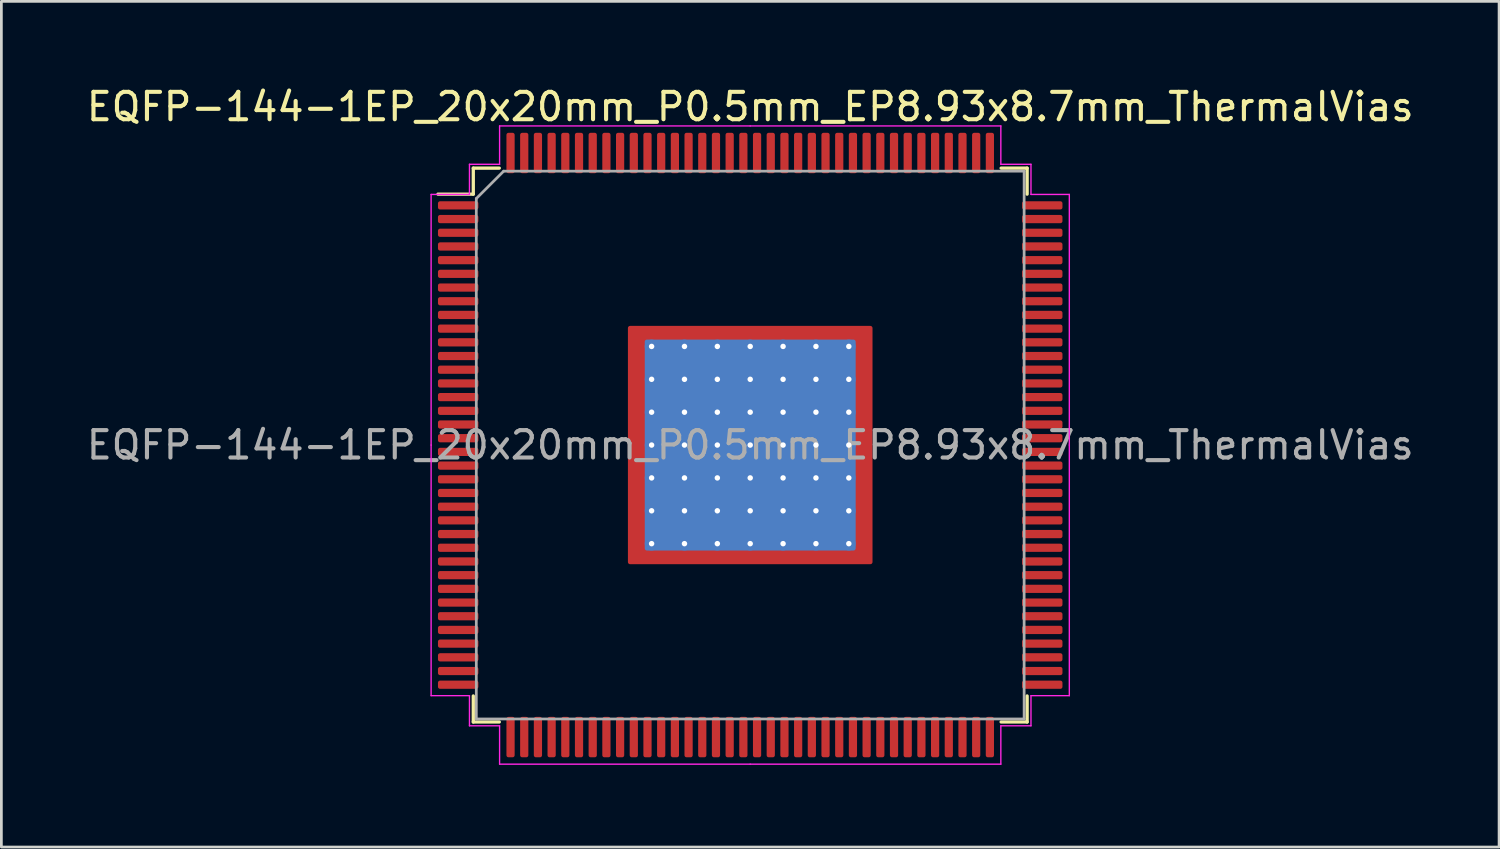
<source format=kicad_pcb>
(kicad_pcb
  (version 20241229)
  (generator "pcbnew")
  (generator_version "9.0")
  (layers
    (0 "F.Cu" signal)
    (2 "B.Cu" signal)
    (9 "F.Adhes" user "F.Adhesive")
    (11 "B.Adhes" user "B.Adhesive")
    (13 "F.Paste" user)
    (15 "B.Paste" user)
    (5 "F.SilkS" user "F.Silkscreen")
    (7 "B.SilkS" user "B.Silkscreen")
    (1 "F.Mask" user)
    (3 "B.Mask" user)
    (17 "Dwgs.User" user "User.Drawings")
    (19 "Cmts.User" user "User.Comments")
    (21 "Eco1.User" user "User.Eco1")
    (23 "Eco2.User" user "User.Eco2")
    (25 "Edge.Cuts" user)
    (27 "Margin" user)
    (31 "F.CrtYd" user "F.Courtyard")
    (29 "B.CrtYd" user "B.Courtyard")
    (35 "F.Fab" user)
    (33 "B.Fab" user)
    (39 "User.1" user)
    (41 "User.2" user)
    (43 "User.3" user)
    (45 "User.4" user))
  (footprint "EQFP-144-1EP_20x20mm_P0.5mm_EP8.93x8.7mm_ThermalVias"
    (layer "F.Cu")
    (at 24.339 13.198)
    (property "Reference" "EQFP-144-1EP_20x20mm_P0.5mm_EP8.93x8.7mm_ThermalVias" (at 0 -12.35 0) (layer "F.SilkS") (effects (font (size 1 1) (thickness 0.15))))
    (attr smd)
    (fp_line (start -10.11 -10.11) (end -10.11 -9.16) (stroke (width 0.12) (type solid)) (layer "F.SilkS"))
    (fp_line (start -10.11 -9.16) (end -11.4 -9.16) (stroke (width 0.12) (type solid)) (layer "F.SilkS"))
    (fp_line (start -10.11 10.11) (end -10.11 9.16) (stroke (width 0.12) (type solid)) (layer "F.SilkS"))
    (fp_line (start -9.16 -10.11) (end -10.11 -10.11) (stroke (width 0.12) (type solid)) (layer "F.SilkS"))
    (fp_line (start -9.16 10.11) (end -10.11 10.11) (stroke (width 0.12) (type solid)) (layer "F.SilkS"))
    (fp_line (start 9.16 -10.11) (end 10.11 -10.11) (stroke (width 0.12) (type solid)) (layer "F.SilkS"))
    (fp_line (start 9.16 10.11) (end 10.11 10.11) (stroke (width 0.12) (type solid)) (layer "F.SilkS"))
    (fp_line (start 10.11 -10.11) (end 10.11 -9.16) (stroke (width 0.12) (type solid)) (layer "F.SilkS"))
    (fp_line (start 10.11 10.11) (end 10.11 9.16) (stroke (width 0.12) (type solid)) (layer "F.SilkS"))
    (fp_line (start -11.65 -9.15) (end -11.65 0) (stroke (width 0.05) (type solid)) (layer "F.CrtYd"))
    (fp_line (start -11.65 9.15) (end -11.65 0) (stroke (width 0.05) (type solid)) (layer "F.CrtYd"))
    (fp_line (start -10.25 -10.25) (end -10.25 -9.15) (stroke (width 0.05) (type solid)) (layer "F.CrtYd"))
    (fp_line (start -10.25 -9.15) (end -11.65 -9.15) (stroke (width 0.05) (type solid)) (layer "F.CrtYd"))
    (fp_line (start -10.25 9.15) (end -11.65 9.15) (stroke (width 0.05) (type solid)) (layer "F.CrtYd"))
    (fp_line (start -10.25 10.25) (end -10.25 9.15) (stroke (width 0.05) (type solid)) (layer "F.CrtYd"))
    (fp_line (start -9.15 -11.65) (end -9.15 -10.25) (stroke (width 0.05) (type solid)) (layer "F.CrtYd"))
    (fp_line (start -9.15 -10.25) (end -10.25 -10.25) (stroke (width 0.05) (type solid)) (layer "F.CrtYd"))
    (fp_line (start -9.15 10.25) (end -10.25 10.25) (stroke (width 0.05) (type solid)) (layer "F.CrtYd"))
    (fp_line (start -9.15 11.65) (end -9.15 10.25) (stroke (width 0.05) (type solid)) (layer "F.CrtYd"))
    (fp_line (start 0 -11.65) (end -9.15 -11.65) (stroke (width 0.05) (type solid)) (layer "F.CrtYd"))
    (fp_line (start 0 -11.65) (end 9.15 -11.65) (stroke (width 0.05) (type solid)) (layer "F.CrtYd"))
    (fp_line (start 0 11.65) (end -9.15 11.65) (stroke (width 0.05) (type solid)) (layer "F.CrtYd"))
    (fp_line (start 0 11.65) (end 9.15 11.65) (stroke (width 0.05) (type solid)) (layer "F.CrtYd"))
    (fp_line (start 9.15 -11.65) (end 9.15 -10.25) (stroke (width 0.05) (type solid)) (layer "F.CrtYd"))
    (fp_line (start 9.15 -10.25) (end 10.25 -10.25) (stroke (width 0.05) (type solid)) (layer "F.CrtYd"))
    (fp_line (start 9.15 10.25) (end 10.25 10.25) (stroke (width 0.05) (type solid)) (layer "F.CrtYd"))
    (fp_line (start 9.15 11.65) (end 9.15 10.25) (stroke (width 0.05) (type solid)) (layer "F.CrtYd"))
    (fp_line (start 10.25 -10.25) (end 10.25 -9.15) (stroke (width 0.05) (type solid)) (layer "F.CrtYd"))
    (fp_line (start 10.25 -9.15) (end 11.65 -9.15) (stroke (width 0.05) (type solid)) (layer "F.CrtYd"))
    (fp_line (start 10.25 9.15) (end 11.65 9.15) (stroke (width 0.05) (type solid)) (layer "F.CrtYd"))
    (fp_line (start 10.25 10.25) (end 10.25 9.15) (stroke (width 0.05) (type solid)) (layer "F.CrtYd"))
    (fp_line (start 11.65 -9.15) (end 11.65 0) (stroke (width 0.05) (type solid)) (layer "F.CrtYd"))
    (fp_line (start 11.65 9.15) (end 11.65 0) (stroke (width 0.05) (type solid)) (layer "F.CrtYd"))
    (fp_line (start -10 -9) (end -9 -10) (stroke (width 0.1) (type solid)) (layer "F.Fab"))
    (fp_line (start -10 10) (end -10 -9) (stroke (width 0.1) (type solid)) (layer "F.Fab"))
    (fp_line (start -9 -10) (end 10 -10) (stroke (width 0.1) (type solid)) (layer "F.Fab"))
    (fp_line (start 10 -10) (end 10 10) (stroke (width 0.1) (type solid)) (layer "F.Fab"))
    (fp_line (start 10 10) (end -10 10) (stroke (width 0.1) (type solid)) (layer "F.Fab"))
    (fp_text user "${REFERENCE}" (at 0 0 0) (layer "F.Fab") (effects (font (size 1 1) (thickness 0.15))))
    (pad "" smd custom (at -4.032 -3.975) (size 0.515 0.515) (layers "F.Paste") (options (anchor circle)) (primitives (gr_poly (pts (xy -0.349 -0.302) (xy 0.349 -0.302) (xy 0.349 0.176) (xy 0.222 0.302) (xy -0.349 0.302)) (width 0) (fill yes))))
    (pad "" smd custom (at -4.032 -3) (size 0.639 0.639) (layers "F.Paste") (options (anchor circle)) (primitives (gr_poly (pts (xy -0.349 -0.484) (xy 0.266 -0.484) (xy 0.349 -0.401) (xy 0.349 0.401) (xy 0.266 0.484) (xy -0.349 0.484)) (width 0) (fill yes))))
    (pad "" smd custom (at -4.032 -1.8) (size 0.639 0.639) (layers "F.Paste") (options (anchor circle)) (primitives (gr_poly (pts (xy -0.349 -0.484) (xy 0.266 -0.484) (xy 0.349 -0.401) (xy 0.349 0.401) (xy 0.266 0.484) (xy -0.349 0.484)) (width 0) (fill yes))))
    (pad "" smd custom (at -4.032 -0.6) (size 0.639 0.639) (layers "F.Paste") (options (anchor circle)) (primitives (gr_poly (pts (xy -0.349 -0.484) (xy 0.266 -0.484) (xy 0.349 -0.401) (xy 0.349 0.401) (xy 0.266 0.484) (xy -0.349 0.484)) (width 0) (fill yes))))
    (pad "" smd custom (at -4.032 0.6) (size 0.639 0.639) (layers "F.Paste") (options (anchor circle)) (primitives (gr_poly (pts (xy -0.349 -0.484) (xy 0.266 -0.484) (xy 0.349 -0.401) (xy 0.349 0.401) (xy 0.266 0.484) (xy -0.349 0.484)) (width 0) (fill yes))))
    (pad "" smd custom (at -4.032 1.8) (size 0.639 0.639) (layers "F.Paste") (options (anchor circle)) (primitives (gr_poly (pts (xy -0.349 -0.484) (xy 0.266 -0.484) (xy 0.349 -0.401) (xy 0.349 0.401) (xy 0.266 0.484) (xy -0.349 0.484)) (width 0) (fill yes))))
    (pad "" smd custom (at -4.032 3) (size 0.639 0.639) (layers "F.Paste") (options (anchor circle)) (primitives (gr_poly (pts (xy -0.349 -0.484) (xy 0.266 -0.484) (xy 0.349 -0.401) (xy 0.349 0.401) (xy 0.266 0.484) (xy -0.349 0.484)) (width 0) (fill yes))))
    (pad "" smd custom (at -4.032 3.975) (size 0.515 0.515) (layers "F.Paste") (options (anchor circle)) (primitives (gr_poly (pts (xy -0.349 -0.302) (xy 0.222 -0.302) (xy 0.349 -0.176) (xy 0.349 0.302) (xy -0.349 0.302)) (width 0) (fill yes))))
    (pad "" smd custom (at -3 -3.975) (size 0.538 0.538) (layers "F.Paste") (options (anchor circle)) (primitives (gr_poly (pts (xy -0.484 -0.302) (xy 0.484 -0.302) (xy 0.484 0.208) (xy 0.39 0.302) (xy -0.39 0.302) (xy -0.484 0.208)) (width 0) (fill yes))))
    (pad "" smd custom (at -3 -3) (size 0.932 0.932) (layers "F.Paste") (options (anchor circle)) (primitives (gr_poly (pts (xy -0.484 -0.433) (xy -0.433 -0.484) (xy 0.433 -0.484) (xy 0.484 -0.433) (xy 0.484 0.433) (xy 0.433 0.484) (xy -0.433 0.484) (xy -0.484 0.433)) (width 0) (fill yes))))
    (pad "" smd custom (at -3 -1.8) (size 0.932 0.932) (layers "F.Paste") (options (anchor circle)) (primitives (gr_poly (pts (xy -0.484 -0.433) (xy -0.433 -0.484) (xy 0.433 -0.484) (xy 0.484 -0.433) (xy 0.484 0.433) (xy 0.433 0.484) (xy -0.433 0.484) (xy -0.484 0.433)) (width 0) (fill yes))))
    (pad "" smd custom (at -3 -0.6) (size 0.932 0.932) (layers "F.Paste") (options (anchor circle)) (primitives (gr_poly (pts (xy -0.484 -0.433) (xy -0.433 -0.484) (xy 0.433 -0.484) (xy 0.484 -0.433) (xy 0.484 0.433) (xy 0.433 0.484) (xy -0.433 0.484) (xy -0.484 0.433)) (width 0) (fill yes))))
    (pad "" smd custom (at -3 0.6) (size 0.932 0.932) (layers "F.Paste") (options (anchor circle)) (primitives (gr_poly (pts (xy -0.484 -0.433) (xy -0.433 -0.484) (xy 0.433 -0.484) (xy 0.484 -0.433) (xy 0.484 0.433) (xy 0.433 0.484) (xy -0.433 0.484) (xy -0.484 0.433)) (width 0) (fill yes))))
    (pad "" smd custom (at -3 1.8) (size 0.932 0.932) (layers "F.Paste") (options (anchor circle)) (primitives (gr_poly (pts (xy -0.484 -0.433) (xy -0.433 -0.484) (xy 0.433 -0.484) (xy 0.484 -0.433) (xy 0.484 0.433) (xy 0.433 0.484) (xy -0.433 0.484) (xy -0.484 0.433)) (width 0) (fill yes))))
    (pad "" smd custom (at -3 3) (size 0.932 0.932) (layers "F.Paste") (options (anchor circle)) (primitives (gr_poly (pts (xy -0.484 -0.433) (xy -0.433 -0.484) (xy 0.433 -0.484) (xy 0.484 -0.433) (xy 0.484 0.433) (xy 0.433 0.484) (xy -0.433 0.484) (xy -0.484 0.433)) (width 0) (fill yes))))
    (pad "" smd custom (at -3 3.975) (size 0.538 0.538) (layers "F.Paste") (options (anchor circle)) (primitives (gr_poly (pts (xy -0.484 -0.208) (xy -0.39 -0.302) (xy 0.39 -0.302) (xy 0.484 -0.208) (xy 0.484 0.302) (xy -0.484 0.302)) (width 0) (fill yes))))
    (pad "" smd custom (at -1.8 -3.975) (size 0.538 0.538) (layers "F.Paste") (options (anchor circle)) (primitives (gr_poly (pts (xy -0.484 -0.302) (xy 0.484 -0.302) (xy 0.484 0.208) (xy 0.39 0.302) (xy -0.39 0.302) (xy -0.484 0.208)) (width 0) (fill yes))))
    (pad "" smd custom (at -1.8 -3) (size 0.932 0.932) (layers "F.Paste") (options (anchor circle)) (primitives (gr_poly (pts (xy -0.484 -0.433) (xy -0.433 -0.484) (xy 0.433 -0.484) (xy 0.484 -0.433) (xy 0.484 0.433) (xy 0.433 0.484) (xy -0.433 0.484) (xy -0.484 0.433)) (width 0) (fill yes))))
    (pad "" smd custom (at -1.8 -1.8) (size 0.932 0.932) (layers "F.Paste") (options (anchor circle)) (primitives (gr_poly (pts (xy -0.484 -0.433) (xy -0.433 -0.484) (xy 0.433 -0.484) (xy 0.484 -0.433) (xy 0.484 0.433) (xy 0.433 0.484) (xy -0.433 0.484) (xy -0.484 0.433)) (width 0) (fill yes))))
    (pad "" smd custom (at -1.8 -0.6) (size 0.932 0.932) (layers "F.Paste") (options (anchor circle)) (primitives (gr_poly (pts (xy -0.484 -0.433) (xy -0.433 -0.484) (xy 0.433 -0.484) (xy 0.484 -0.433) (xy 0.484 0.433) (xy 0.433 0.484) (xy -0.433 0.484) (xy -0.484 0.433)) (width 0) (fill yes))))
    (pad "" smd custom (at -1.8 0.6) (size 0.932 0.932) (layers "F.Paste") (options (anchor circle)) (primitives (gr_poly (pts (xy -0.484 -0.433) (xy -0.433 -0.484) (xy 0.433 -0.484) (xy 0.484 -0.433) (xy 0.484 0.433) (xy 0.433 0.484) (xy -0.433 0.484) (xy -0.484 0.433)) (width 0) (fill yes))))
    (pad "" smd custom (at -1.8 1.8) (size 0.932 0.932) (layers "F.Paste") (options (anchor circle)) (primitives (gr_poly (pts (xy -0.484 -0.433) (xy -0.433 -0.484) (xy 0.433 -0.484) (xy 0.484 -0.433) (xy 0.484 0.433) (xy 0.433 0.484) (xy -0.433 0.484) (xy -0.484 0.433)) (width 0) (fill yes))))
    (pad "" smd custom (at -1.8 3) (size 0.932 0.932) (layers "F.Paste") (options (anchor circle)) (primitives (gr_poly (pts (xy -0.484 -0.433) (xy -0.433 -0.484) (xy 0.433 -0.484) (xy 0.484 -0.433) (xy 0.484 0.433) (xy 0.433 0.484) (xy -0.433 0.484) (xy -0.484 0.433)) (width 0) (fill yes))))
    (pad "" smd custom (at -1.8 3.975) (size 0.538 0.538) (layers "F.Paste") (options (anchor circle)) (primitives (gr_poly (pts (xy -0.484 -0.208) (xy -0.39 -0.302) (xy 0.39 -0.302) (xy 0.484 -0.208) (xy 0.484 0.302) (xy -0.484 0.302)) (width 0) (fill yes))))
    (pad "" smd custom (at -0.6 -3.975) (size 0.538 0.538) (layers "F.Paste") (options (anchor circle)) (primitives (gr_poly (pts (xy -0.484 -0.302) (xy 0.484 -0.302) (xy 0.484 0.208) (xy 0.39 0.302) (xy -0.39 0.302) (xy -0.484 0.208)) (width 0) (fill yes))))
    (pad "" smd custom (at -0.6 -3) (size 0.932 0.932) (layers "F.Paste") (options (anchor circle)) (primitives (gr_poly (pts (xy -0.484 -0.433) (xy -0.433 -0.484) (xy 0.433 -0.484) (xy 0.484 -0.433) (xy 0.484 0.433) (xy 0.433 0.484) (xy -0.433 0.484) (xy -0.484 0.433)) (width 0) (fill yes))))
    (pad "" smd custom (at -0.6 -1.8) (size 0.932 0.932) (layers "F.Paste") (options (anchor circle)) (primitives (gr_poly (pts (xy -0.484 -0.433) (xy -0.433 -0.484) (xy 0.433 -0.484) (xy 0.484 -0.433) (xy 0.484 0.433) (xy 0.433 0.484) (xy -0.433 0.484) (xy -0.484 0.433)) (width 0) (fill yes))))
    (pad "" smd custom (at -0.6 -0.6) (size 0.932 0.932) (layers "F.Paste") (options (anchor circle)) (primitives (gr_poly (pts (xy -0.484 -0.433) (xy -0.433 -0.484) (xy 0.433 -0.484) (xy 0.484 -0.433) (xy 0.484 0.433) (xy 0.433 0.484) (xy -0.433 0.484) (xy -0.484 0.433)) (width 0) (fill yes))))
    (pad "" smd custom (at -0.6 0.6) (size 0.932 0.932) (layers "F.Paste") (options (anchor circle)) (primitives (gr_poly (pts (xy -0.484 -0.433) (xy -0.433 -0.484) (xy 0.433 -0.484) (xy 0.484 -0.433) (xy 0.484 0.433) (xy 0.433 0.484) (xy -0.433 0.484) (xy -0.484 0.433)) (width 0) (fill yes))))
    (pad "" smd custom (at -0.6 1.8) (size 0.932 0.932) (layers "F.Paste") (options (anchor circle)) (primitives (gr_poly (pts (xy -0.484 -0.433) (xy -0.433 -0.484) (xy 0.433 -0.484) (xy 0.484 -0.433) (xy 0.484 0.433) (xy 0.433 0.484) (xy -0.433 0.484) (xy -0.484 0.433)) (width 0) (fill yes))))
    (pad "" smd custom (at -0.6 3) (size 0.932 0.932) (layers "F.Paste") (options (anchor circle)) (primitives (gr_poly (pts (xy -0.484 -0.433) (xy -0.433 -0.484) (xy 0.433 -0.484) (xy 0.484 -0.433) (xy 0.484 0.433) (xy 0.433 0.484) (xy -0.433 0.484) (xy -0.484 0.433)) (width 0) (fill yes))))
    (pad "" smd custom (at -0.6 3.975) (size 0.538 0.538) (layers "F.Paste") (options (anchor circle)) (primitives (gr_poly (pts (xy -0.484 -0.208) (xy -0.39 -0.302) (xy 0.39 -0.302) (xy 0.484 -0.208) (xy 0.484 0.302) (xy -0.484 0.302)) (width 0) (fill yes))))
    (pad "" smd custom (at 0.6 -3.975) (size 0.538 0.538) (layers "F.Paste") (options (anchor circle)) (primitives (gr_poly (pts (xy -0.484 -0.302) (xy 0.484 -0.302) (xy 0.484 0.208) (xy 0.39 0.302) (xy -0.39 0.302) (xy -0.484 0.208)) (width 0) (fill yes))))
    (pad "" smd custom (at 0.6 -3) (size 0.932 0.932) (layers "F.Paste") (options (anchor circle)) (primitives (gr_poly (pts (xy -0.484 -0.433) (xy -0.433 -0.484) (xy 0.433 -0.484) (xy 0.484 -0.433) (xy 0.484 0.433) (xy 0.433 0.484) (xy -0.433 0.484) (xy -0.484 0.433)) (width 0) (fill yes))))
    (pad "" smd custom (at 0.6 -1.8) (size 0.932 0.932) (layers "F.Paste") (options (anchor circle)) (primitives (gr_poly (pts (xy -0.484 -0.433) (xy -0.433 -0.484) (xy 0.433 -0.484) (xy 0.484 -0.433) (xy 0.484 0.433) (xy 0.433 0.484) (xy -0.433 0.484) (xy -0.484 0.433)) (width 0) (fill yes))))
    (pad "" smd custom (at 0.6 -0.6) (size 0.932 0.932) (layers "F.Paste") (options (anchor circle)) (primitives (gr_poly (pts (xy -0.484 -0.433) (xy -0.433 -0.484) (xy 0.433 -0.484) (xy 0.484 -0.433) (xy 0.484 0.433) (xy 0.433 0.484) (xy -0.433 0.484) (xy -0.484 0.433)) (width 0) (fill yes))))
    (pad "" smd custom (at 0.6 0.6) (size 0.932 0.932) (layers "F.Paste") (options (anchor circle)) (primitives (gr_poly (pts (xy -0.484 -0.433) (xy -0.433 -0.484) (xy 0.433 -0.484) (xy 0.484 -0.433) (xy 0.484 0.433) (xy 0.433 0.484) (xy -0.433 0.484) (xy -0.484 0.433)) (width 0) (fill yes))))
    (pad "" smd custom (at 0.6 1.8) (size 0.932 0.932) (layers "F.Paste") (options (anchor circle)) (primitives (gr_poly (pts (xy -0.484 -0.433) (xy -0.433 -0.484) (xy 0.433 -0.484) (xy 0.484 -0.433) (xy 0.484 0.433) (xy 0.433 0.484) (xy -0.433 0.484) (xy -0.484 0.433)) (width 0) (fill yes))))
    (pad "" smd custom (at 0.6 3) (size 0.932 0.932) (layers "F.Paste") (options (anchor circle)) (primitives (gr_poly (pts (xy -0.484 -0.433) (xy -0.433 -0.484) (xy 0.433 -0.484) (xy 0.484 -0.433) (xy 0.484 0.433) (xy 0.433 0.484) (xy -0.433 0.484) (xy -0.484 0.433)) (width 0) (fill yes))))
    (pad "" smd custom (at 0.6 3.975) (size 0.538 0.538) (layers "F.Paste") (options (anchor circle)) (primitives (gr_poly (pts (xy -0.484 -0.208) (xy -0.39 -0.302) (xy 0.39 -0.302) (xy 0.484 -0.208) (xy 0.484 0.302) (xy -0.484 0.302)) (width 0) (fill yes))))
    (pad "" smd custom (at 1.8 -3.975) (size 0.538 0.538) (layers "F.Paste") (options (anchor circle)) (primitives (gr_poly (pts (xy -0.484 -0.302) (xy 0.484 -0.302) (xy 0.484 0.208) (xy 0.39 0.302) (xy -0.39 0.302) (xy -0.484 0.208)) (width 0) (fill yes))))
    (pad "" smd custom (at 1.8 -3) (size 0.932 0.932) (layers "F.Paste") (options (anchor circle)) (primitives (gr_poly (pts (xy -0.484 -0.433) (xy -0.433 -0.484) (xy 0.433 -0.484) (xy 0.484 -0.433) (xy 0.484 0.433) (xy 0.433 0.484) (xy -0.433 0.484) (xy -0.484 0.433)) (width 0) (fill yes))))
    (pad "" smd custom (at 1.8 -1.8) (size 0.932 0.932) (layers "F.Paste") (options (anchor circle)) (primitives (gr_poly (pts (xy -0.484 -0.433) (xy -0.433 -0.484) (xy 0.433 -0.484) (xy 0.484 -0.433) (xy 0.484 0.433) (xy 0.433 0.484) (xy -0.433 0.484) (xy -0.484 0.433)) (width 0) (fill yes))))
    (pad "" smd custom (at 1.8 -0.6) (size 0.932 0.932) (layers "F.Paste") (options (anchor circle)) (primitives (gr_poly (pts (xy -0.484 -0.433) (xy -0.433 -0.484) (xy 0.433 -0.484) (xy 0.484 -0.433) (xy 0.484 0.433) (xy 0.433 0.484) (xy -0.433 0.484) (xy -0.484 0.433)) (width 0) (fill yes))))
    (pad "" smd custom (at 1.8 0.6) (size 0.932 0.932) (layers "F.Paste") (options (anchor circle)) (primitives (gr_poly (pts (xy -0.484 -0.433) (xy -0.433 -0.484) (xy 0.433 -0.484) (xy 0.484 -0.433) (xy 0.484 0.433) (xy 0.433 0.484) (xy -0.433 0.484) (xy -0.484 0.433)) (width 0) (fill yes))))
    (pad "" smd custom (at 1.8 1.8) (size 0.932 0.932) (layers "F.Paste") (options (anchor circle)) (primitives (gr_poly (pts (xy -0.484 -0.433) (xy -0.433 -0.484) (xy 0.433 -0.484) (xy 0.484 -0.433) (xy 0.484 0.433) (xy 0.433 0.484) (xy -0.433 0.484) (xy -0.484 0.433)) (width 0) (fill yes))))
    (pad "" smd custom (at 1.8 3) (size 0.932 0.932) (layers "F.Paste") (options (anchor circle)) (primitives (gr_poly (pts (xy -0.484 -0.433) (xy -0.433 -0.484) (xy 0.433 -0.484) (xy 0.484 -0.433) (xy 0.484 0.433) (xy 0.433 0.484) (xy -0.433 0.484) (xy -0.484 0.433)) (width 0) (fill yes))))
    (pad "" smd custom (at 1.8 3.975) (size 0.538 0.538) (layers "F.Paste") (options (anchor circle)) (primitives (gr_poly (pts (xy -0.484 -0.208) (xy -0.39 -0.302) (xy 0.39 -0.302) (xy 0.484 -0.208) (xy 0.484 0.302) (xy -0.484 0.302)) (width 0) (fill yes))))
    (pad "" smd custom (at 3 -3.975) (size 0.538 0.538) (layers "F.Paste") (options (anchor circle)) (primitives (gr_poly (pts (xy -0.484 -0.302) (xy 0.484 -0.302) (xy 0.484 0.208) (xy 0.39 0.302) (xy -0.39 0.302) (xy -0.484 0.208)) (width 0) (fill yes))))
    (pad "" smd custom (at 3 -3) (size 0.932 0.932) (layers "F.Paste") (options (anchor circle)) (primitives (gr_poly (pts (xy -0.484 -0.433) (xy -0.433 -0.484) (xy 0.433 -0.484) (xy 0.484 -0.433) (xy 0.484 0.433) (xy 0.433 0.484) (xy -0.433 0.484) (xy -0.484 0.433)) (width 0) (fill yes))))
    (pad "" smd custom (at 3 -1.8) (size 0.932 0.932) (layers "F.Paste") (options (anchor circle)) (primitives (gr_poly (pts (xy -0.484 -0.433) (xy -0.433 -0.484) (xy 0.433 -0.484) (xy 0.484 -0.433) (xy 0.484 0.433) (xy 0.433 0.484) (xy -0.433 0.484) (xy -0.484 0.433)) (width 0) (fill yes))))
    (pad "" smd custom (at 3 -0.6) (size 0.932 0.932) (layers "F.Paste") (options (anchor circle)) (primitives (gr_poly (pts (xy -0.484 -0.433) (xy -0.433 -0.484) (xy 0.433 -0.484) (xy 0.484 -0.433) (xy 0.484 0.433) (xy 0.433 0.484) (xy -0.433 0.484) (xy -0.484 0.433)) (width 0) (fill yes))))
    (pad "" smd custom (at 3 0.6) (size 0.932 0.932) (layers "F.Paste") (options (anchor circle)) (primitives (gr_poly (pts (xy -0.484 -0.433) (xy -0.433 -0.484) (xy 0.433 -0.484) (xy 0.484 -0.433) (xy 0.484 0.433) (xy 0.433 0.484) (xy -0.433 0.484) (xy -0.484 0.433)) (width 0) (fill yes))))
    (pad "" smd custom (at 3 1.8) (size 0.932 0.932) (layers "F.Paste") (options (anchor circle)) (primitives (gr_poly (pts (xy -0.484 -0.433) (xy -0.433 -0.484) (xy 0.433 -0.484) (xy 0.484 -0.433) (xy 0.484 0.433) (xy 0.433 0.484) (xy -0.433 0.484) (xy -0.484 0.433)) (width 0) (fill yes))))
    (pad "" smd custom (at 3 3) (size 0.932 0.932) (layers "F.Paste") (options (anchor circle)) (primitives (gr_poly (pts (xy -0.484 -0.433) (xy -0.433 -0.484) (xy 0.433 -0.484) (xy 0.484 -0.433) (xy 0.484 0.433) (xy 0.433 0.484) (xy -0.433 0.484) (xy -0.484 0.433)) (width 0) (fill yes))))
    (pad "" smd custom (at 3 3.975) (size 0.538 0.538) (layers "F.Paste") (options (anchor circle)) (primitives (gr_poly (pts (xy -0.484 -0.208) (xy -0.39 -0.302) (xy 0.39 -0.302) (xy 0.484 -0.208) (xy 0.484 0.302) (xy -0.484 0.302)) (width 0) (fill yes))))
    (pad "" smd custom (at 4.032 -3.975) (size 0.515 0.515) (layers "F.Paste") (options (anchor circle)) (primitives (gr_poly (pts (xy -0.349 -0.302) (xy 0.349 -0.302) (xy 0.349 0.302) (xy -0.222 0.302) (xy -0.349 0.176)) (width 0) (fill yes))))
    (pad "" smd custom (at 4.032 -3) (size 0.639 0.639) (layers "F.Paste") (options (anchor circle)) (primitives (gr_poly (pts (xy -0.349 -0.401) (xy -0.266 -0.484) (xy 0.349 -0.484) (xy 0.349 0.484) (xy -0.266 0.484) (xy -0.349 0.401)) (width 0) (fill yes))))
    (pad "" smd custom (at 4.032 -1.8) (size 0.639 0.639) (layers "F.Paste") (options (anchor circle)) (primitives (gr_poly (pts (xy -0.349 -0.401) (xy -0.266 -0.484) (xy 0.349 -0.484) (xy 0.349 0.484) (xy -0.266 0.484) (xy -0.349 0.401)) (width 0) (fill yes))))
    (pad "" smd custom (at 4.032 -0.6) (size 0.639 0.639) (layers "F.Paste") (options (anchor circle)) (primitives (gr_poly (pts (xy -0.349 -0.401) (xy -0.266 -0.484) (xy 0.349 -0.484) (xy 0.349 0.484) (xy -0.266 0.484) (xy -0.349 0.401)) (width 0) (fill yes))))
    (pad "" smd custom (at 4.032 0.6) (size 0.639 0.639) (layers "F.Paste") (options (anchor circle)) (primitives (gr_poly (pts (xy -0.349 -0.401) (xy -0.266 -0.484) (xy 0.349 -0.484) (xy 0.349 0.484) (xy -0.266 0.484) (xy -0.349 0.401)) (width 0) (fill yes))))
    (pad "" smd custom (at 4.032 1.8) (size 0.639 0.639) (layers "F.Paste") (options (anchor circle)) (primitives (gr_poly (pts (xy -0.349 -0.401) (xy -0.266 -0.484) (xy 0.349 -0.484) (xy 0.349 0.484) (xy -0.266 0.484) (xy -0.349 0.401)) (width 0) (fill yes))))
    (pad "" smd custom (at 4.032 3) (size 0.639 0.639) (layers "F.Paste") (options (anchor circle)) (primitives (gr_poly (pts (xy -0.349 -0.401) (xy -0.266 -0.484) (xy 0.349 -0.484) (xy 0.349 0.484) (xy -0.266 0.484) (xy -0.349 0.401)) (width 0) (fill yes))))
    (pad "" smd custom (at 4.032 3.975) (size 0.515 0.515) (layers "F.Paste") (options (anchor circle)) (primitives (gr_poly (pts (xy -0.349 -0.176) (xy -0.222 -0.302) (xy 0.349 -0.302) (xy 0.349 0.302) (xy -0.349 0.302)) (width 0) (fill yes))))
    (pad "1" smd roundrect (at -10.662 -8.75) (size 1.475 0.3) (layers "F.Cu" "F.Mask" "F.Paste") (roundrect_rratio 0.25))
    (pad "2" smd roundrect (at -10.662 -8.25) (size 1.475 0.3) (layers "F.Cu" "F.Mask" "F.Paste") (roundrect_rratio 0.25))
    (pad "3" smd roundrect (at -10.662 -7.75) (size 1.475 0.3) (layers "F.Cu" "F.Mask" "F.Paste") (roundrect_rratio 0.25))
    (pad "4" smd roundrect (at -10.662 -7.25) (size 1.475 0.3) (layers "F.Cu" "F.Mask" "F.Paste") (roundrect_rratio 0.25))
    (pad "5" smd roundrect (at -10.662 -6.75) (size 1.475 0.3) (layers "F.Cu" "F.Mask" "F.Paste") (roundrect_rratio 0.25))
    (pad "6" smd roundrect (at -10.662 -6.25) (size 1.475 0.3) (layers "F.Cu" "F.Mask" "F.Paste") (roundrect_rratio 0.25))
    (pad "7" smd roundrect (at -10.662 -5.75) (size 1.475 0.3) (layers "F.Cu" "F.Mask" "F.Paste") (roundrect_rratio 0.25))
    (pad "8" smd roundrect (at -10.662 -5.25) (size 1.475 0.3) (layers "F.Cu" "F.Mask" "F.Paste") (roundrect_rratio 0.25))
    (pad "9" smd roundrect (at -10.662 -4.75) (size 1.475 0.3) (layers "F.Cu" "F.Mask" "F.Paste") (roundrect_rratio 0.25))
    (pad "10" smd roundrect (at -10.662 -4.25) (size 1.475 0.3) (layers "F.Cu" "F.Mask" "F.Paste") (roundrect_rratio 0.25))
    (pad "11" smd roundrect (at -10.662 -3.75) (size 1.475 0.3) (layers "F.Cu" "F.Mask" "F.Paste") (roundrect_rratio 0.25))
    (pad "12" smd roundrect (at -10.662 -3.25) (size 1.475 0.3) (layers "F.Cu" "F.Mask" "F.Paste") (roundrect_rratio 0.25))
    (pad "13" smd roundrect (at -10.662 -2.75) (size 1.475 0.3) (layers "F.Cu" "F.Mask" "F.Paste") (roundrect_rratio 0.25))
    (pad "14" smd roundrect (at -10.662 -2.25) (size 1.475 0.3) (layers "F.Cu" "F.Mask" "F.Paste") (roundrect_rratio 0.25))
    (pad "15" smd roundrect (at -10.662 -1.75) (size 1.475 0.3) (layers "F.Cu" "F.Mask" "F.Paste") (roundrect_rratio 0.25))
    (pad "16" smd roundrect (at -10.662 -1.25) (size 1.475 0.3) (layers "F.Cu" "F.Mask" "F.Paste") (roundrect_rratio 0.25))
    (pad "17" smd roundrect (at -10.662 -0.75) (size 1.475 0.3) (layers "F.Cu" "F.Mask" "F.Paste") (roundrect_rratio 0.25))
    (pad "18" smd roundrect (at -10.662 -0.25) (size 1.475 0.3) (layers "F.Cu" "F.Mask" "F.Paste") (roundrect_rratio 0.25))
    (pad "19" smd roundrect (at -10.662 0.25) (size 1.475 0.3) (layers "F.Cu" "F.Mask" "F.Paste") (roundrect_rratio 0.25))
    (pad "20" smd roundrect (at -10.662 0.75) (size 1.475 0.3) (layers "F.Cu" "F.Mask" "F.Paste") (roundrect_rratio 0.25))
    (pad "21" smd roundrect (at -10.662 1.25) (size 1.475 0.3) (layers "F.Cu" "F.Mask" "F.Paste") (roundrect_rratio 0.25))
    (pad "22" smd roundrect (at -10.662 1.75) (size 1.475 0.3) (layers "F.Cu" "F.Mask" "F.Paste") (roundrect_rratio 0.25))
    (pad "23" smd roundrect (at -10.662 2.25) (size 1.475 0.3) (layers "F.Cu" "F.Mask" "F.Paste") (roundrect_rratio 0.25))
    (pad "24" smd roundrect (at -10.662 2.75) (size 1.475 0.3) (layers "F.Cu" "F.Mask" "F.Paste") (roundrect_rratio 0.25))
    (pad "25" smd roundrect (at -10.662 3.25) (size 1.475 0.3) (layers "F.Cu" "F.Mask" "F.Paste") (roundrect_rratio 0.25))
    (pad "26" smd roundrect (at -10.662 3.75) (size 1.475 0.3) (layers "F.Cu" "F.Mask" "F.Paste") (roundrect_rratio 0.25))
    (pad "27" smd roundrect (at -10.662 4.25) (size 1.475 0.3) (layers "F.Cu" "F.Mask" "F.Paste") (roundrect_rratio 0.25))
    (pad "28" smd roundrect (at -10.662 4.75) (size 1.475 0.3) (layers "F.Cu" "F.Mask" "F.Paste") (roundrect_rratio 0.25))
    (pad "29" smd roundrect (at -10.662 5.25) (size 1.475 0.3) (layers "F.Cu" "F.Mask" "F.Paste") (roundrect_rratio 0.25))
    (pad "30" smd roundrect (at -10.662 5.75) (size 1.475 0.3) (layers "F.Cu" "F.Mask" "F.Paste") (roundrect_rratio 0.25))
    (pad "31" smd roundrect (at -10.662 6.25) (size 1.475 0.3) (layers "F.Cu" "F.Mask" "F.Paste") (roundrect_rratio 0.25))
    (pad "32" smd roundrect (at -10.662 6.75) (size 1.475 0.3) (layers "F.Cu" "F.Mask" "F.Paste") (roundrect_rratio 0.25))
    (pad "33" smd roundrect (at -10.662 7.25) (size 1.475 0.3) (layers "F.Cu" "F.Mask" "F.Paste") (roundrect_rratio 0.25))
    (pad "34" smd roundrect (at -10.662 7.75) (size 1.475 0.3) (layers "F.Cu" "F.Mask" "F.Paste") (roundrect_rratio 0.25))
    (pad "35" smd roundrect (at -10.662 8.25) (size 1.475 0.3) (layers "F.Cu" "F.Mask" "F.Paste") (roundrect_rratio 0.25))
    (pad "36" smd roundrect (at -10.662 8.75) (size 1.475 0.3) (layers "F.Cu" "F.Mask" "F.Paste") (roundrect_rratio 0.25))
    (pad "37" smd roundrect (at -8.75 10.662) (size 0.3 1.475) (layers "F.Cu" "F.Mask" "F.Paste") (roundrect_rratio 0.25))
    (pad "38" smd roundrect (at -8.25 10.662) (size 0.3 1.475) (layers "F.Cu" "F.Mask" "F.Paste") (roundrect_rratio 0.25))
    (pad "39" smd roundrect (at -7.75 10.662) (size 0.3 1.475) (layers "F.Cu" "F.Mask" "F.Paste") (roundrect_rratio 0.25))
    (pad "40" smd roundrect (at -7.25 10.662) (size 0.3 1.475) (layers "F.Cu" "F.Mask" "F.Paste") (roundrect_rratio 0.25))
    (pad "41" smd roundrect (at -6.75 10.662) (size 0.3 1.475) (layers "F.Cu" "F.Mask" "F.Paste") (roundrect_rratio 0.25))
    (pad "42" smd roundrect (at -6.25 10.662) (size 0.3 1.475) (layers "F.Cu" "F.Mask" "F.Paste") (roundrect_rratio 0.25))
    (pad "43" smd roundrect (at -5.75 10.662) (size 0.3 1.475) (layers "F.Cu" "F.Mask" "F.Paste") (roundrect_rratio 0.25))
    (pad "44" smd roundrect (at -5.25 10.662) (size 0.3 1.475) (layers "F.Cu" "F.Mask" "F.Paste") (roundrect_rratio 0.25))
    (pad "45" smd roundrect (at -4.75 10.662) (size 0.3 1.475) (layers "F.Cu" "F.Mask" "F.Paste") (roundrect_rratio 0.25))
    (pad "46" smd roundrect (at -4.25 10.662) (size 0.3 1.475) (layers "F.Cu" "F.Mask" "F.Paste") (roundrect_rratio 0.25))
    (pad "47" smd roundrect (at -3.75 10.662) (size 0.3 1.475) (layers "F.Cu" "F.Mask" "F.Paste") (roundrect_rratio 0.25))
    (pad "48" smd roundrect (at -3.25 10.662) (size 0.3 1.475) (layers "F.Cu" "F.Mask" "F.Paste") (roundrect_rratio 0.25))
    (pad "49" smd roundrect (at -2.75 10.662) (size 0.3 1.475) (layers "F.Cu" "F.Mask" "F.Paste") (roundrect_rratio 0.25))
    (pad "50" smd roundrect (at -2.25 10.662) (size 0.3 1.475) (layers "F.Cu" "F.Mask" "F.Paste") (roundrect_rratio 0.25))
    (pad "51" smd roundrect (at -1.75 10.662) (size 0.3 1.475) (layers "F.Cu" "F.Mask" "F.Paste") (roundrect_rratio 0.25))
    (pad "52" smd roundrect (at -1.25 10.662) (size 0.3 1.475) (layers "F.Cu" "F.Mask" "F.Paste") (roundrect_rratio 0.25))
    (pad "53" smd roundrect (at -0.75 10.662) (size 0.3 1.475) (layers "F.Cu" "F.Mask" "F.Paste") (roundrect_rratio 0.25))
    (pad "54" smd roundrect (at -0.25 10.662) (size 0.3 1.475) (layers "F.Cu" "F.Mask" "F.Paste") (roundrect_rratio 0.25))
    (pad "55" smd roundrect (at 0.25 10.662) (size 0.3 1.475) (layers "F.Cu" "F.Mask" "F.Paste") (roundrect_rratio 0.25))
    (pad "56" smd roundrect (at 0.75 10.662) (size 0.3 1.475) (layers "F.Cu" "F.Mask" "F.Paste") (roundrect_rratio 0.25))
    (pad "57" smd roundrect (at 1.25 10.662) (size 0.3 1.475) (layers "F.Cu" "F.Mask" "F.Paste") (roundrect_rratio 0.25))
    (pad "58" smd roundrect (at 1.75 10.662) (size 0.3 1.475) (layers "F.Cu" "F.Mask" "F.Paste") (roundrect_rratio 0.25))
    (pad "59" smd roundrect (at 2.25 10.662) (size 0.3 1.475) (layers "F.Cu" "F.Mask" "F.Paste") (roundrect_rratio 0.25))
    (pad "60" smd roundrect (at 2.75 10.662) (size 0.3 1.475) (layers "F.Cu" "F.Mask" "F.Paste") (roundrect_rratio 0.25))
    (pad "61" smd roundrect (at 3.25 10.662) (size 0.3 1.475) (layers "F.Cu" "F.Mask" "F.Paste") (roundrect_rratio 0.25))
    (pad "62" smd roundrect (at 3.75 10.662) (size 0.3 1.475) (layers "F.Cu" "F.Mask" "F.Paste") (roundrect_rratio 0.25))
    (pad "63" smd roundrect (at 4.25 10.662) (size 0.3 1.475) (layers "F.Cu" "F.Mask" "F.Paste") (roundrect_rratio 0.25))
    (pad "64" smd roundrect (at 4.75 10.662) (size 0.3 1.475) (layers "F.Cu" "F.Mask" "F.Paste") (roundrect_rratio 0.25))
    (pad "65" smd roundrect (at 5.25 10.662) (size 0.3 1.475) (layers "F.Cu" "F.Mask" "F.Paste") (roundrect_rratio 0.25))
    (pad "66" smd roundrect (at 5.75 10.662) (size 0.3 1.475) (layers "F.Cu" "F.Mask" "F.Paste") (roundrect_rratio 0.25))
    (pad "67" smd roundrect (at 6.25 10.662) (size 0.3 1.475) (layers "F.Cu" "F.Mask" "F.Paste") (roundrect_rratio 0.25))
    (pad "68" smd roundrect (at 6.75 10.662) (size 0.3 1.475) (layers "F.Cu" "F.Mask" "F.Paste") (roundrect_rratio 0.25))
    (pad "69" smd roundrect (at 7.25 10.662) (size 0.3 1.475) (layers "F.Cu" "F.Mask" "F.Paste") (roundrect_rratio 0.25))
    (pad "70" smd roundrect (at 7.75 10.662) (size 0.3 1.475) (layers "F.Cu" "F.Mask" "F.Paste") (roundrect_rratio 0.25))
    (pad "71" smd roundrect (at 8.25 10.662) (size 0.3 1.475) (layers "F.Cu" "F.Mask" "F.Paste") (roundrect_rratio 0.25))
    (pad "72" smd roundrect (at 8.75 10.662) (size 0.3 1.475) (layers "F.Cu" "F.Mask" "F.Paste") (roundrect_rratio 0.25))
    (pad "73" smd roundrect (at 10.662 8.75) (size 1.475 0.3) (layers "F.Cu" "F.Mask" "F.Paste") (roundrect_rratio 0.25))
    (pad "74" smd roundrect (at 10.662 8.25) (size 1.475 0.3) (layers "F.Cu" "F.Mask" "F.Paste") (roundrect_rratio 0.25))
    (pad "75" smd roundrect (at 10.662 7.75) (size 1.475 0.3) (layers "F.Cu" "F.Mask" "F.Paste") (roundrect_rratio 0.25))
    (pad "76" smd roundrect (at 10.662 7.25) (size 1.475 0.3) (layers "F.Cu" "F.Mask" "F.Paste") (roundrect_rratio 0.25))
    (pad "77" smd roundrect (at 10.662 6.75) (size 1.475 0.3) (layers "F.Cu" "F.Mask" "F.Paste") (roundrect_rratio 0.25))
    (pad "78" smd roundrect (at 10.662 6.25) (size 1.475 0.3) (layers "F.Cu" "F.Mask" "F.Paste") (roundrect_rratio 0.25))
    (pad "79" smd roundrect (at 10.662 5.75) (size 1.475 0.3) (layers "F.Cu" "F.Mask" "F.Paste") (roundrect_rratio 0.25))
    (pad "80" smd roundrect (at 10.662 5.25) (size 1.475 0.3) (layers "F.Cu" "F.Mask" "F.Paste") (roundrect_rratio 0.25))
    (pad "81" smd roundrect (at 10.662 4.75) (size 1.475 0.3) (layers "F.Cu" "F.Mask" "F.Paste") (roundrect_rratio 0.25))
    (pad "82" smd roundrect (at 10.662 4.25) (size 1.475 0.3) (layers "F.Cu" "F.Mask" "F.Paste") (roundrect_rratio 0.25))
    (pad "83" smd roundrect (at 10.662 3.75) (size 1.475 0.3) (layers "F.Cu" "F.Mask" "F.Paste") (roundrect_rratio 0.25))
    (pad "84" smd roundrect (at 10.662 3.25) (size 1.475 0.3) (layers "F.Cu" "F.Mask" "F.Paste") (roundrect_rratio 0.25))
    (pad "85" smd roundrect (at 10.662 2.75) (size 1.475 0.3) (layers "F.Cu" "F.Mask" "F.Paste") (roundrect_rratio 0.25))
    (pad "86" smd roundrect (at 10.662 2.25) (size 1.475 0.3) (layers "F.Cu" "F.Mask" "F.Paste") (roundrect_rratio 0.25))
    (pad "87" smd roundrect (at 10.662 1.75) (size 1.475 0.3) (layers "F.Cu" "F.Mask" "F.Paste") (roundrect_rratio 0.25))
    (pad "88" smd roundrect (at 10.662 1.25) (size 1.475 0.3) (layers "F.Cu" "F.Mask" "F.Paste") (roundrect_rratio 0.25))
    (pad "89" smd roundrect (at 10.662 0.75) (size 1.475 0.3) (layers "F.Cu" "F.Mask" "F.Paste") (roundrect_rratio 0.25))
    (pad "90" smd roundrect (at 10.662 0.25) (size 1.475 0.3) (layers "F.Cu" "F.Mask" "F.Paste") (roundrect_rratio 0.25))
    (pad "91" smd roundrect (at 10.662 -0.25) (size 1.475 0.3) (layers "F.Cu" "F.Mask" "F.Paste") (roundrect_rratio 0.25))
    (pad "92" smd roundrect (at 10.662 -0.75) (size 1.475 0.3) (layers "F.Cu" "F.Mask" "F.Paste") (roundrect_rratio 0.25))
    (pad "93" smd roundrect (at 10.662 -1.25) (size 1.475 0.3) (layers "F.Cu" "F.Mask" "F.Paste") (roundrect_rratio 0.25))
    (pad "94" smd roundrect (at 10.662 -1.75) (size 1.475 0.3) (layers "F.Cu" "F.Mask" "F.Paste") (roundrect_rratio 0.25))
    (pad "95" smd roundrect (at 10.662 -2.25) (size 1.475 0.3) (layers "F.Cu" "F.Mask" "F.Paste") (roundrect_rratio 0.25))
    (pad "96" smd roundrect (at 10.662 -2.75) (size 1.475 0.3) (layers "F.Cu" "F.Mask" "F.Paste") (roundrect_rratio 0.25))
    (pad "97" smd roundrect (at 10.662 -3.25) (size 1.475 0.3) (layers "F.Cu" "F.Mask" "F.Paste") (roundrect_rratio 0.25))
    (pad "98" smd roundrect (at 10.662 -3.75) (size 1.475 0.3) (layers "F.Cu" "F.Mask" "F.Paste") (roundrect_rratio 0.25))
    (pad "99" smd roundrect (at 10.662 -4.25) (size 1.475 0.3) (layers "F.Cu" "F.Mask" "F.Paste") (roundrect_rratio 0.25))
    (pad "100" smd roundrect (at 10.662 -4.75) (size 1.475 0.3) (layers "F.Cu" "F.Mask" "F.Paste") (roundrect_rratio 0.25))
    (pad "101" smd roundrect (at 10.662 -5.25) (size 1.475 0.3) (layers "F.Cu" "F.Mask" "F.Paste") (roundrect_rratio 0.25))
    (pad "102" smd roundrect (at 10.662 -5.75) (size 1.475 0.3) (layers "F.Cu" "F.Mask" "F.Paste") (roundrect_rratio 0.25))
    (pad "103" smd roundrect (at 10.662 -6.25) (size 1.475 0.3) (layers "F.Cu" "F.Mask" "F.Paste") (roundrect_rratio 0.25))
    (pad "104" smd roundrect (at 10.662 -6.75) (size 1.475 0.3) (layers "F.Cu" "F.Mask" "F.Paste") (roundrect_rratio 0.25))
    (pad "105" smd roundrect (at 10.662 -7.25) (size 1.475 0.3) (layers "F.Cu" "F.Mask" "F.Paste") (roundrect_rratio 0.25))
    (pad "106" smd roundrect (at 10.662 -7.75) (size 1.475 0.3) (layers "F.Cu" "F.Mask" "F.Paste") (roundrect_rratio 0.25))
    (pad "107" smd roundrect (at 10.662 -8.25) (size 1.475 0.3) (layers "F.Cu" "F.Mask" "F.Paste") (roundrect_rratio 0.25))
    (pad "108" smd roundrect (at 10.662 -8.75) (size 1.475 0.3) (layers "F.Cu" "F.Mask" "F.Paste") (roundrect_rratio 0.25))
    (pad "109" smd roundrect (at 8.75 -10.662) (size 0.3 1.475) (layers "F.Cu" "F.Mask" "F.Paste") (roundrect_rratio 0.25))
    (pad "110" smd roundrect (at 8.25 -10.662) (size 0.3 1.475) (layers "F.Cu" "F.Mask" "F.Paste") (roundrect_rratio 0.25))
    (pad "111" smd roundrect (at 7.75 -10.662) (size 0.3 1.475) (layers "F.Cu" "F.Mask" "F.Paste") (roundrect_rratio 0.25))
    (pad "112" smd roundrect (at 7.25 -10.662) (size 0.3 1.475) (layers "F.Cu" "F.Mask" "F.Paste") (roundrect_rratio 0.25))
    (pad "113" smd roundrect (at 6.75 -10.662) (size 0.3 1.475) (layers "F.Cu" "F.Mask" "F.Paste") (roundrect_rratio 0.25))
    (pad "114" smd roundrect (at 6.25 -10.662) (size 0.3 1.475) (layers "F.Cu" "F.Mask" "F.Paste") (roundrect_rratio 0.25))
    (pad "115" smd roundrect (at 5.75 -10.662) (size 0.3 1.475) (layers "F.Cu" "F.Mask" "F.Paste") (roundrect_rratio 0.25))
    (pad "116" smd roundrect (at 5.25 -10.662) (size 0.3 1.475) (layers "F.Cu" "F.Mask" "F.Paste") (roundrect_rratio 0.25))
    (pad "117" smd roundrect (at 4.75 -10.662) (size 0.3 1.475) (layers "F.Cu" "F.Mask" "F.Paste") (roundrect_rratio 0.25))
    (pad "118" smd roundrect (at 4.25 -10.662) (size 0.3 1.475) (layers "F.Cu" "F.Mask" "F.Paste") (roundrect_rratio 0.25))
    (pad "119" smd roundrect (at 3.75 -10.662) (size 0.3 1.475) (layers "F.Cu" "F.Mask" "F.Paste") (roundrect_rratio 0.25))
    (pad "120" smd roundrect (at 3.25 -10.662) (size 0.3 1.475) (layers "F.Cu" "F.Mask" "F.Paste") (roundrect_rratio 0.25))
    (pad "121" smd roundrect (at 2.75 -10.662) (size 0.3 1.475) (layers "F.Cu" "F.Mask" "F.Paste") (roundrect_rratio 0.25))
    (pad "122" smd roundrect (at 2.25 -10.662) (size 0.3 1.475) (layers "F.Cu" "F.Mask" "F.Paste") (roundrect_rratio 0.25))
    (pad "123" smd roundrect (at 1.75 -10.662) (size 0.3 1.475) (layers "F.Cu" "F.Mask" "F.Paste") (roundrect_rratio 0.25))
    (pad "124" smd roundrect (at 1.25 -10.662) (size 0.3 1.475) (layers "F.Cu" "F.Mask" "F.Paste") (roundrect_rratio 0.25))
    (pad "125" smd roundrect (at 0.75 -10.662) (size 0.3 1.475) (layers "F.Cu" "F.Mask" "F.Paste") (roundrect_rratio 0.25))
    (pad "126" smd roundrect (at 0.25 -10.662) (size 0.3 1.475) (layers "F.Cu" "F.Mask" "F.Paste") (roundrect_rratio 0.25))
    (pad "127" smd roundrect (at -0.25 -10.662) (size 0.3 1.475) (layers "F.Cu" "F.Mask" "F.Paste") (roundrect_rratio 0.25))
    (pad "128" smd roundrect (at -0.75 -10.662) (size 0.3 1.475) (layers "F.Cu" "F.Mask" "F.Paste") (roundrect_rratio 0.25))
    (pad "129" smd roundrect (at -1.25 -10.662) (size 0.3 1.475) (layers "F.Cu" "F.Mask" "F.Paste") (roundrect_rratio 0.25))
    (pad "130" smd roundrect (at -1.75 -10.662) (size 0.3 1.475) (layers "F.Cu" "F.Mask" "F.Paste") (roundrect_rratio 0.25))
    (pad "131" smd roundrect (at -2.25 -10.662) (size 0.3 1.475) (layers "F.Cu" "F.Mask" "F.Paste") (roundrect_rratio 0.25))
    (pad "132" smd roundrect (at -2.75 -10.662) (size 0.3 1.475) (layers "F.Cu" "F.Mask" "F.Paste") (roundrect_rratio 0.25))
    (pad "133" smd roundrect (at -3.25 -10.662) (size 0.3 1.475) (layers "F.Cu" "F.Mask" "F.Paste") (roundrect_rratio 0.25))
    (pad "134" smd roundrect (at -3.75 -10.662) (size 0.3 1.475) (layers "F.Cu" "F.Mask" "F.Paste") (roundrect_rratio 0.25))
    (pad "135" smd roundrect (at -4.25 -10.662) (size 0.3 1.475) (layers "F.Cu" "F.Mask" "F.Paste") (roundrect_rratio 0.25))
    (pad "136" smd roundrect (at -4.75 -10.662) (size 0.3 1.475) (layers "F.Cu" "F.Mask" "F.Paste") (roundrect_rratio 0.25))
    (pad "137" smd roundrect (at -5.25 -10.662) (size 0.3 1.475) (layers "F.Cu" "F.Mask" "F.Paste") (roundrect_rratio 0.25))
    (pad "138" smd roundrect (at -5.75 -10.662) (size 0.3 1.475) (layers "F.Cu" "F.Mask" "F.Paste") (roundrect_rratio 0.25))
    (pad "139" smd roundrect (at -6.25 -10.662) (size 0.3 1.475) (layers "F.Cu" "F.Mask" "F.Paste") (roundrect_rratio 0.25))
    (pad "140" smd roundrect (at -6.75 -10.662) (size 0.3 1.475) (layers "F.Cu" "F.Mask" "F.Paste") (roundrect_rratio 0.25))
    (pad "141" smd roundrect (at -7.25 -10.662) (size 0.3 1.475) (layers "F.Cu" "F.Mask" "F.Paste") (roundrect_rratio 0.25))
    (pad "142" smd roundrect (at -7.75 -10.662) (size 0.3 1.475) (layers "F.Cu" "F.Mask" "F.Paste") (roundrect_rratio 0.25))
    (pad "143" smd roundrect (at -8.25 -10.662) (size 0.3 1.475) (layers "F.Cu" "F.Mask" "F.Paste") (roundrect_rratio 0.25))
    (pad "144" smd roundrect (at -8.75 -10.662) (size 0.3 1.475) (layers "F.Cu" "F.Mask" "F.Paste") (roundrect_rratio 0.25))
    (pad "145" thru_hole circle (at -3.6 -3.6) (size 0.5 0.5) (drill 0.2) (layers "*.Cu"))
    (pad "145" thru_hole circle (at -3.6 -2.4) (size 0.5 0.5) (drill 0.2) (layers "*.Cu"))
    (pad "145" thru_hole circle (at -3.6 -1.2) (size 0.5 0.5) (drill 0.2) (layers "*.Cu"))
    (pad "145" thru_hole circle (at -3.6 0) (size 0.5 0.5) (drill 0.2) (layers "*.Cu"))
    (pad "145" thru_hole circle (at -3.6 1.2) (size 0.5 0.5) (drill 0.2) (layers "*.Cu"))
    (pad "145" thru_hole circle (at -3.6 2.4) (size 0.5 0.5) (drill 0.2) (layers "*.Cu"))
    (pad "145" thru_hole circle (at -3.6 3.6) (size 0.5 0.5) (drill 0.2) (layers "*.Cu"))
    (pad "145" thru_hole circle (at -2.4 -3.6) (size 0.5 0.5) (drill 0.2) (layers "*.Cu"))
    (pad "145" thru_hole circle (at -2.4 -2.4) (size 0.5 0.5) (drill 0.2) (layers "*.Cu"))
    (pad "145" thru_hole circle (at -2.4 -1.2) (size 0.5 0.5) (drill 0.2) (layers "*.Cu"))
    (pad "145" thru_hole circle (at -2.4 0) (size 0.5 0.5) (drill 0.2) (layers "*.Cu"))
    (pad "145" thru_hole circle (at -2.4 1.2) (size 0.5 0.5) (drill 0.2) (layers "*.Cu"))
    (pad "145" thru_hole circle (at -2.4 2.4) (size 0.5 0.5) (drill 0.2) (layers "*.Cu"))
    (pad "145" thru_hole circle (at -2.4 3.6) (size 0.5 0.5) (drill 0.2) (layers "*.Cu"))
    (pad "145" thru_hole circle (at -1.2 -3.6) (size 0.5 0.5) (drill 0.2) (layers "*.Cu"))
    (pad "145" thru_hole circle (at -1.2 -2.4) (size 0.5 0.5) (drill 0.2) (layers "*.Cu"))
    (pad "145" thru_hole circle (at -1.2 -1.2) (size 0.5 0.5) (drill 0.2) (layers "*.Cu"))
    (pad "145" thru_hole circle (at -1.2 0) (size 0.5 0.5) (drill 0.2) (layers "*.Cu"))
    (pad "145" thru_hole circle (at -1.2 1.2) (size 0.5 0.5) (drill 0.2) (layers "*.Cu"))
    (pad "145" thru_hole circle (at -1.2 2.4) (size 0.5 0.5) (drill 0.2) (layers "*.Cu"))
    (pad "145" thru_hole circle (at -1.2 3.6) (size 0.5 0.5) (drill 0.2) (layers "*.Cu"))
    (pad "145" thru_hole circle (at 0 -3.6) (size 0.5 0.5) (drill 0.2) (layers "*.Cu"))
    (pad "145" thru_hole circle (at 0 -2.4) (size 0.5 0.5) (drill 0.2) (layers "*.Cu"))
    (pad "145" thru_hole circle (at 0 -1.2) (size 0.5 0.5) (drill 0.2) (layers "*.Cu"))
    (pad "145" thru_hole circle (at 0 0) (size 0.5 0.5) (drill 0.2) (layers "*.Cu"))
    (pad "145" smd roundrect (at 0 0) (size 7.7 7.7) (layers "B.Cu") (roundrect_rratio 0.01))
    (pad "145" smd roundrect (at 0 0) (size 8.93 8.7) (layers "F.Cu" "F.Mask") (roundrect_rratio 0.009))
    (pad "145" thru_hole circle (at 0 1.2) (size 0.5 0.5) (drill 0.2) (layers "*.Cu"))
    (pad "145" thru_hole circle (at 0 2.4) (size 0.5 0.5) (drill 0.2) (layers "*.Cu"))
    (pad "145" thru_hole circle (at 0 3.6) (size 0.5 0.5) (drill 0.2) (layers "*.Cu"))
    (pad "145" thru_hole circle (at 1.2 -3.6) (size 0.5 0.5) (drill 0.2) (layers "*.Cu"))
    (pad "145" thru_hole circle (at 1.2 -2.4) (size 0.5 0.5) (drill 0.2) (layers "*.Cu"))
    (pad "145" thru_hole circle (at 1.2 -1.2) (size 0.5 0.5) (drill 0.2) (layers "*.Cu"))
    (pad "145" thru_hole circle (at 1.2 0) (size 0.5 0.5) (drill 0.2) (layers "*.Cu"))
    (pad "145" thru_hole circle (at 1.2 1.2) (size 0.5 0.5) (drill 0.2) (layers "*.Cu"))
    (pad "145" thru_hole circle (at 1.2 2.4) (size 0.5 0.5) (drill 0.2) (layers "*.Cu"))
    (pad "145" thru_hole circle (at 1.2 3.6) (size 0.5 0.5) (drill 0.2) (layers "*.Cu"))
    (pad "145" thru_hole circle (at 2.4 -3.6) (size 0.5 0.5) (drill 0.2) (layers "*.Cu"))
    (pad "145" thru_hole circle (at 2.4 -2.4) (size 0.5 0.5) (drill 0.2) (layers "*.Cu"))
    (pad "145" thru_hole circle (at 2.4 -1.2) (size 0.5 0.5) (drill 0.2) (layers "*.Cu"))
    (pad "145" thru_hole circle (at 2.4 0) (size 0.5 0.5) (drill 0.2) (layers "*.Cu"))
    (pad "145" thru_hole circle (at 2.4 1.2) (size 0.5 0.5) (drill 0.2) (layers "*.Cu"))
    (pad "145" thru_hole circle (at 2.4 2.4) (size 0.5 0.5) (drill 0.2) (layers "*.Cu"))
    (pad "145" thru_hole circle (at 2.4 3.6) (size 0.5 0.5) (drill 0.2) (layers "*.Cu"))
    (pad "145" thru_hole circle (at 3.6 -3.6) (size 0.5 0.5) (drill 0.2) (layers "*.Cu"))
    (pad "145" thru_hole circle (at 3.6 -2.4) (size 0.5 0.5) (drill 0.2) (layers "*.Cu"))
    (pad "145" thru_hole circle (at 3.6 -1.2) (size 0.5 0.5) (drill 0.2) (layers "*.Cu"))
    (pad "145" thru_hole circle (at 3.6 0) (size 0.5 0.5) (drill 0.2) (layers "*.Cu"))
    (pad "145" thru_hole circle (at 3.6 1.2) (size 0.5 0.5) (drill 0.2) (layers "*.Cu"))
    (pad "145" thru_hole circle (at 3.6 2.4) (size 0.5 0.5) (drill 0.2) (layers "*.Cu"))
    (pad "145" thru_hole circle (at 3.6 3.6) (size 0.5 0.5) (drill 0.2) (layers "*.Cu")))
  (gr_rect
    (start -3 -3)
    (end 51.679 27.873)
    (stroke (width 0.1) (type default))
    (fill no)
    (layer "Edge.Cuts")))
</source>
